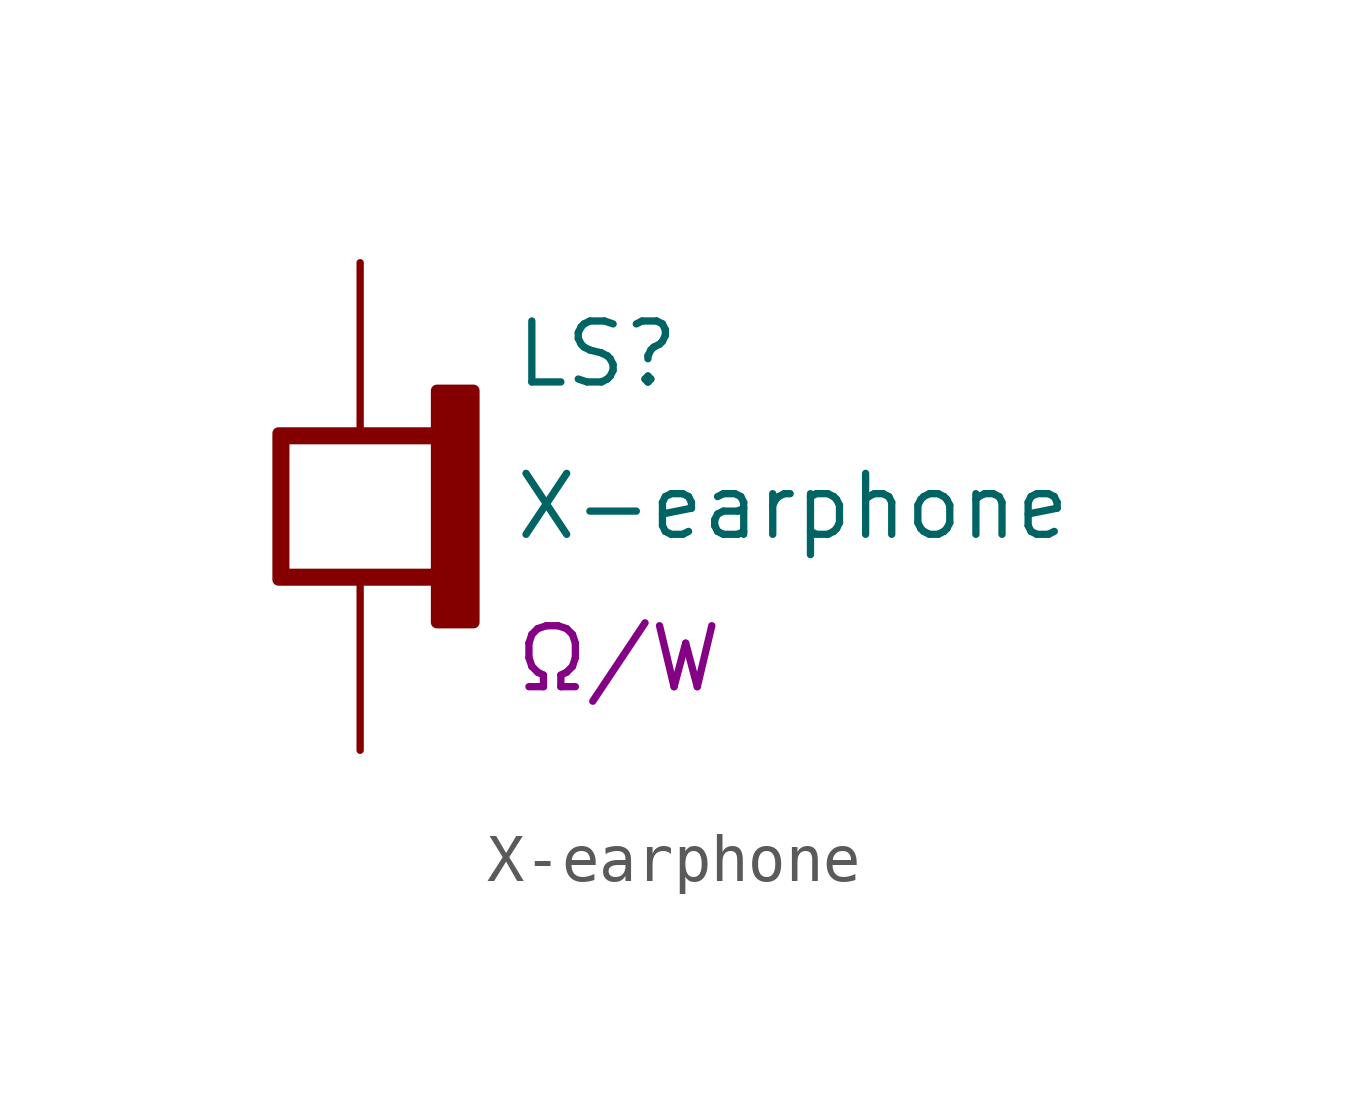
<source format=kicad_sym>
(kicad_symbol_lib
  (version 20211014)
  (generator kicad_symbol_editor)
  (symbol "X-earphone"
    (pin_numbers hide)
    (pin_names
      (offset 0) hide)
    (property "Reference" "LS"
      (at 3.175 3.175 0)
      (effects (font (size 1.27 1.27)) (justify left)))
    (property "Value" "X-earphone"
      (at 3.175 0 0)
      (effects (font (size 1.27 1.27)) (justify left)))
    (property "Rating" "Ω/W"
      (at 3.175 -3.175 0)
      (effects (font (size 1.27 1.27)) (justify left)))
    (symbol "X-earphone_1_0"
      (polyline (pts (xy 1.6 1.524) (xy -1.702 1.524) (xy -1.702 -1.524) (xy 1.6 -1.524) (xy 1.6 -2.413) (xy 2.362 -2.413) (xy 2.362 2.413) (xy 1.6 2.413) (xy 1.6 -1.422) (xy -1.6 -1.422) (xy -1.6 1.422) (xy 1.6 1.422) (xy 1.6 1.524)) (stroke (width 0.254) (type default) (color 0 0 0 0)) (fill (type outline)))
      (pin passive line (at 0 5.08 270) (length 3.556) (name "+" (effects (font (size 1.27 1.27)))) (number "1" (effects (font (size 1.27 1.27)))))
      (pin passive line (at 0 -5.08 90) (length 3.556) (name "-" (effects (font (size 1.27 1.27)))) (number "2" (effects (font (size 1.27 1.27))))))))
</source>
